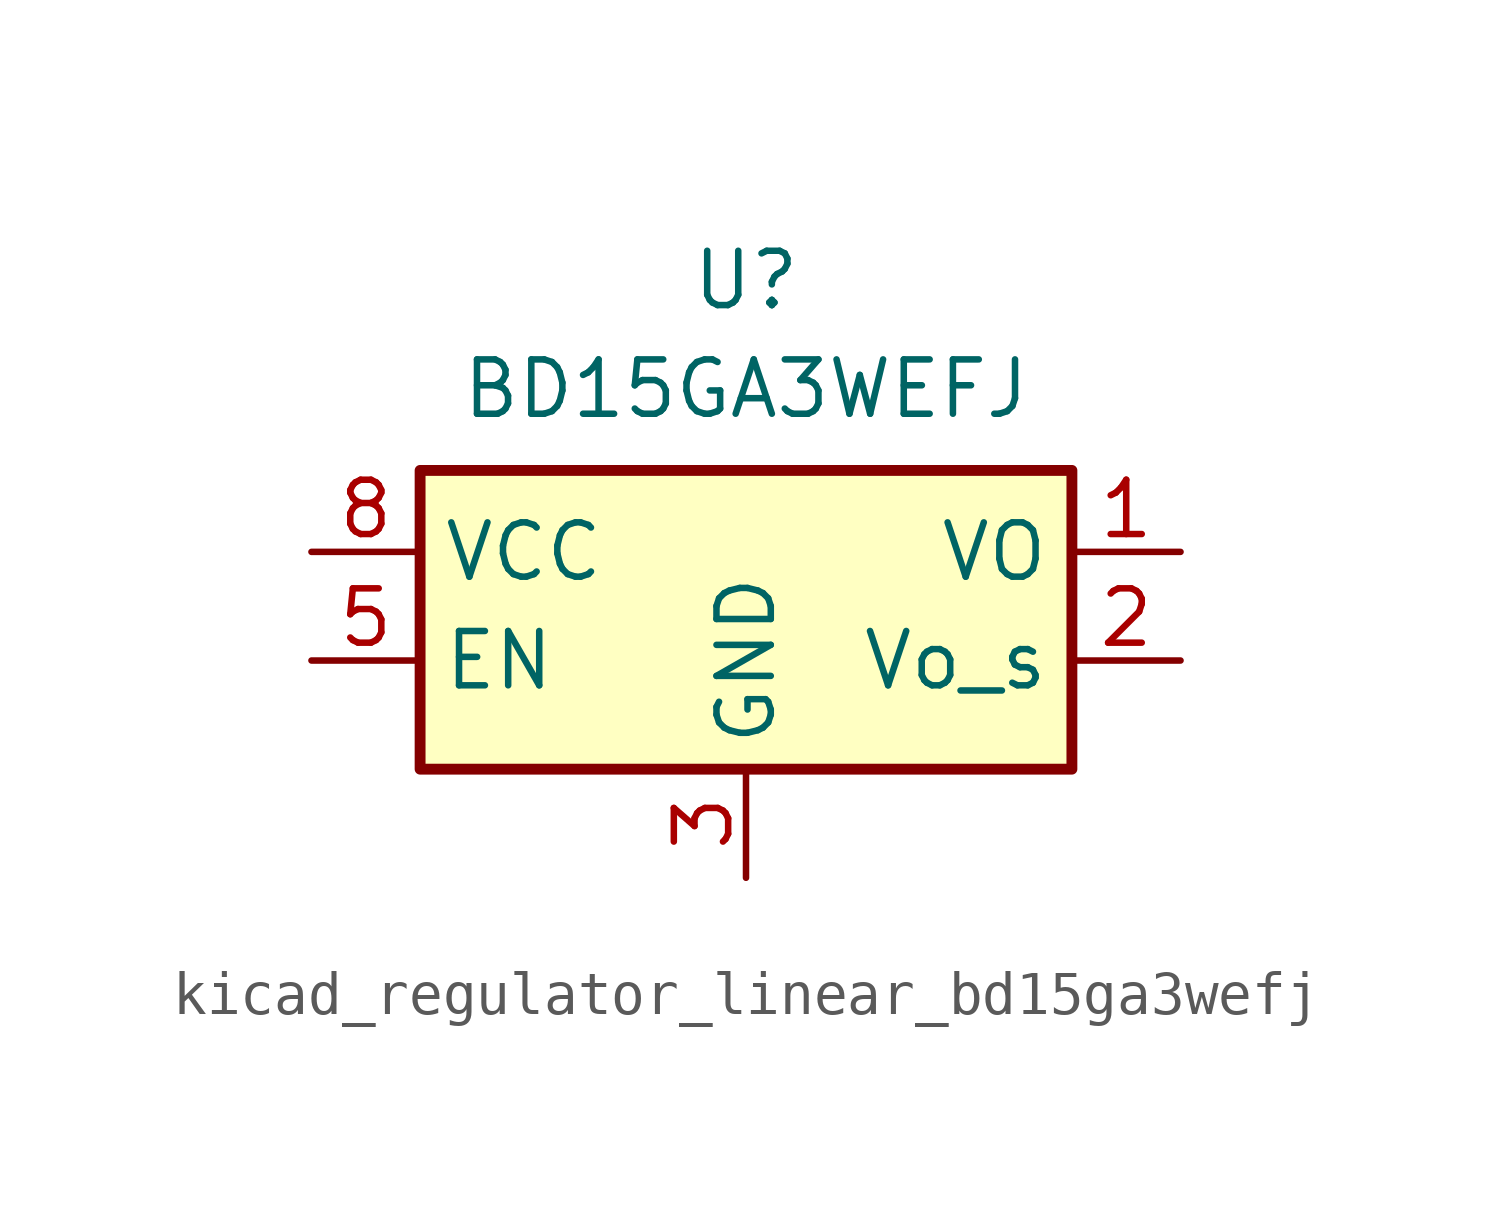
<source format=kicad_sym>
(kicad_symbol_lib
  (version 20220914)
  (generator kicad_symbol_editor)
  (symbol "kicad_regulator_linear_bd15ga3wefj"
    (property "Reference" "U"
      (at 0 6.35 0)
      (effects (font (size 1.27 1.27))))
    (property "Value" "BD15GA3WEFJ"
      (at 0 3.81 0)
      (effects (font (size 1.27 1.27))))
    (symbol "kicad_regulator_linear_bd15ga3wefj_1_1"
      (rectangle (start -7.62 -5.08) (end 7.62 1.905) (stroke (width 0.254) (type default)) (fill (type background)))
      (pin power_out line (at 10.16 0 180) (length 2.54) (name "VO" (effects (font (size 1.27 1.27)))) (number "1" (effects (font (size 1.27 1.27)))))
      (pin input line (at 10.16 -2.54 180) (length 2.54) (name "Vo_s" (effects (font (size 1.27 1.27)))) (number "2" (effects (font (size 1.27 1.27)))))
      (pin power_in line (at 0 -7.62 90) (length 2.54) (name "GND" (effects (font (size 1.27 1.27)))) (number "3" (effects (font (size 1.27 1.27)))))
      (pin passive line (at 0 -7.62 90) (length 2.54) hide (name "GND" (effects (font (size 1.27 1.27)))) (number "4" (effects (font (size 1.27 1.27)))))
      (pin input line (at -10.16 -2.54 0) (length 2.54) (name "EN" (effects (font (size 1.27 1.27)))) (number "5" (effects (font (size 1.27 1.27)))))
      (pin passive line (at 0 -7.62 90) (length 2.54) hide (name "GND" (effects (font (size 1.27 1.27)))) (number "6" (effects (font (size 1.27 1.27)))))
      (pin passive line (at 0 -7.62 90) (length 2.54) hide (name "GND" (effects (font (size 1.27 1.27)))) (number "7" (effects (font (size 1.27 1.27)))))
      (pin power_in line (at -10.16 0 0) (length 2.54) (name "VCC" (effects (font (size 1.27 1.27)))) (number "8" (effects (font (size 1.27 1.27)))))
      (pin passive line (at 0 -7.62 90) (length 2.54) hide (name "GND" (effects (font (size 1.27 1.27)))) (number "9" (effects (font (size 1.27 1.27))))))))
</source>
